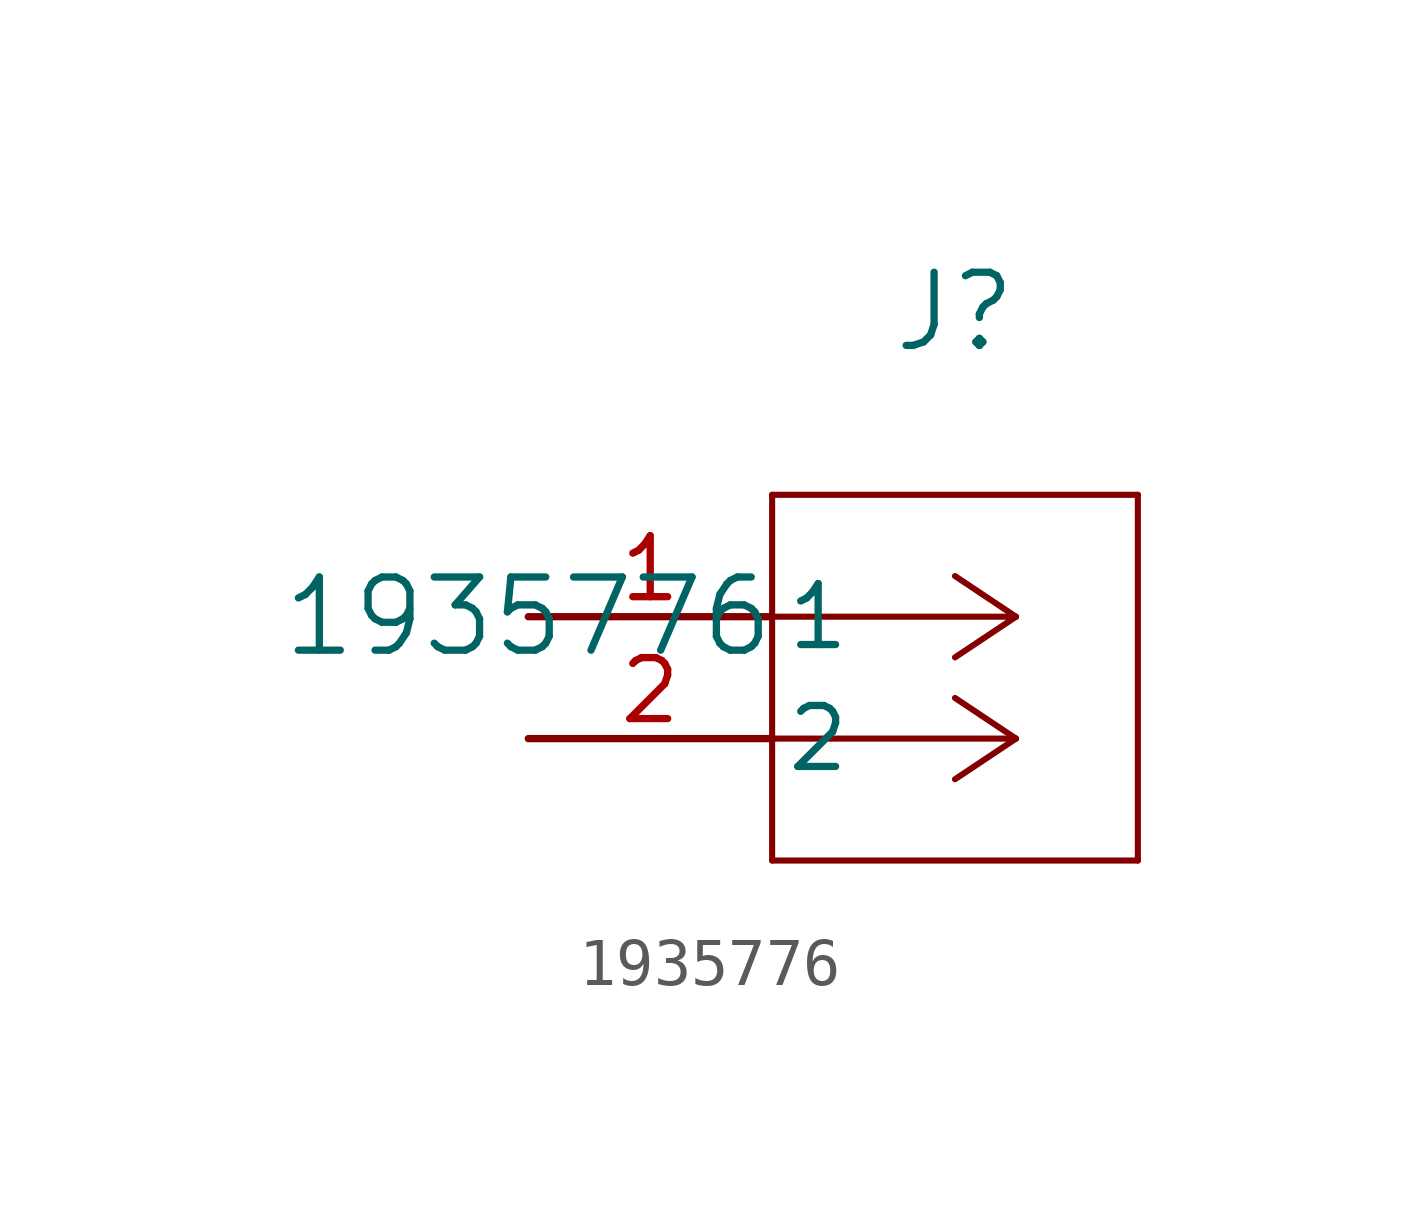
<source format=kicad_sym>
(kicad_symbol_lib
  (version 20211014)
  (generator kicad_symbol_editor)
  (symbol "1935776"
    (pin_names
      (offset 0.254))
    (property "Reference" "J"
      (at 8.89 6.35 0)
      (effects (font (size 1.524 1.524))))
    (property "Value" "1935776"
      (at 0 0 0)
      (effects (font (size 1.524 1.524))))
    (symbol "1935776_0_1"
      (polyline (pts (xy 10.16 0) (xy 5.08 0)) (stroke (width 0.127) (type default) (color 0 0 0 0)) (fill (type none)))
      (polyline (pts (xy 10.16 -2.54) (xy 5.08 -2.54)) (stroke (width 0.127) (type default) (color 0 0 0 0)) (fill (type none)))
      (polyline (pts (xy 10.16 0) (xy 8.89 0.847)) (stroke (width 0.127) (type default) (color 0 0 0 0)) (fill (type none)))
      (polyline (pts (xy 10.16 -2.54) (xy 8.89 -1.693)) (stroke (width 0.127) (type default) (color 0 0 0 0)) (fill (type none)))
      (polyline (pts (xy 10.16 0) (xy 8.89 -0.847)) (stroke (width 0.127) (type default) (color 0 0 0 0)) (fill (type none)))
      (polyline (pts (xy 10.16 -2.54) (xy 8.89 -3.387)) (stroke (width 0.127) (type default) (color 0 0 0 0)) (fill (type none)))
      (polyline (pts (xy 5.08 2.54) (xy 5.08 -5.08)) (stroke (width 0.127) (type default) (color 0 0 0 0)) (fill (type none)))
      (polyline (pts (xy 5.08 -5.08) (xy 12.7 -5.08)) (stroke (width 0.127) (type default) (color 0 0 0 0)) (fill (type none)))
      (polyline (pts (xy 12.7 -5.08) (xy 12.7 2.54)) (stroke (width 0.127) (type default) (color 0 0 0 0)) (fill (type none)))
      (polyline (pts (xy 12.7 2.54) (xy 5.08 2.54)) (stroke (width 0.127) (type default) (color 0 0 0 0)) (fill (type none)))
      (pin unspecified line (at 0 0 0) (length 5.08) (name "1" (effects (font (size 1.27 1.27)))) (number "1" (effects (font (size 1.27 1.27)))))
      (pin unspecified line (at 0 -2.54 0) (length 5.08) (name "2" (effects (font (size 1.27 1.27)))) (number "2" (effects (font (size 1.27 1.27))))))))
</source>
